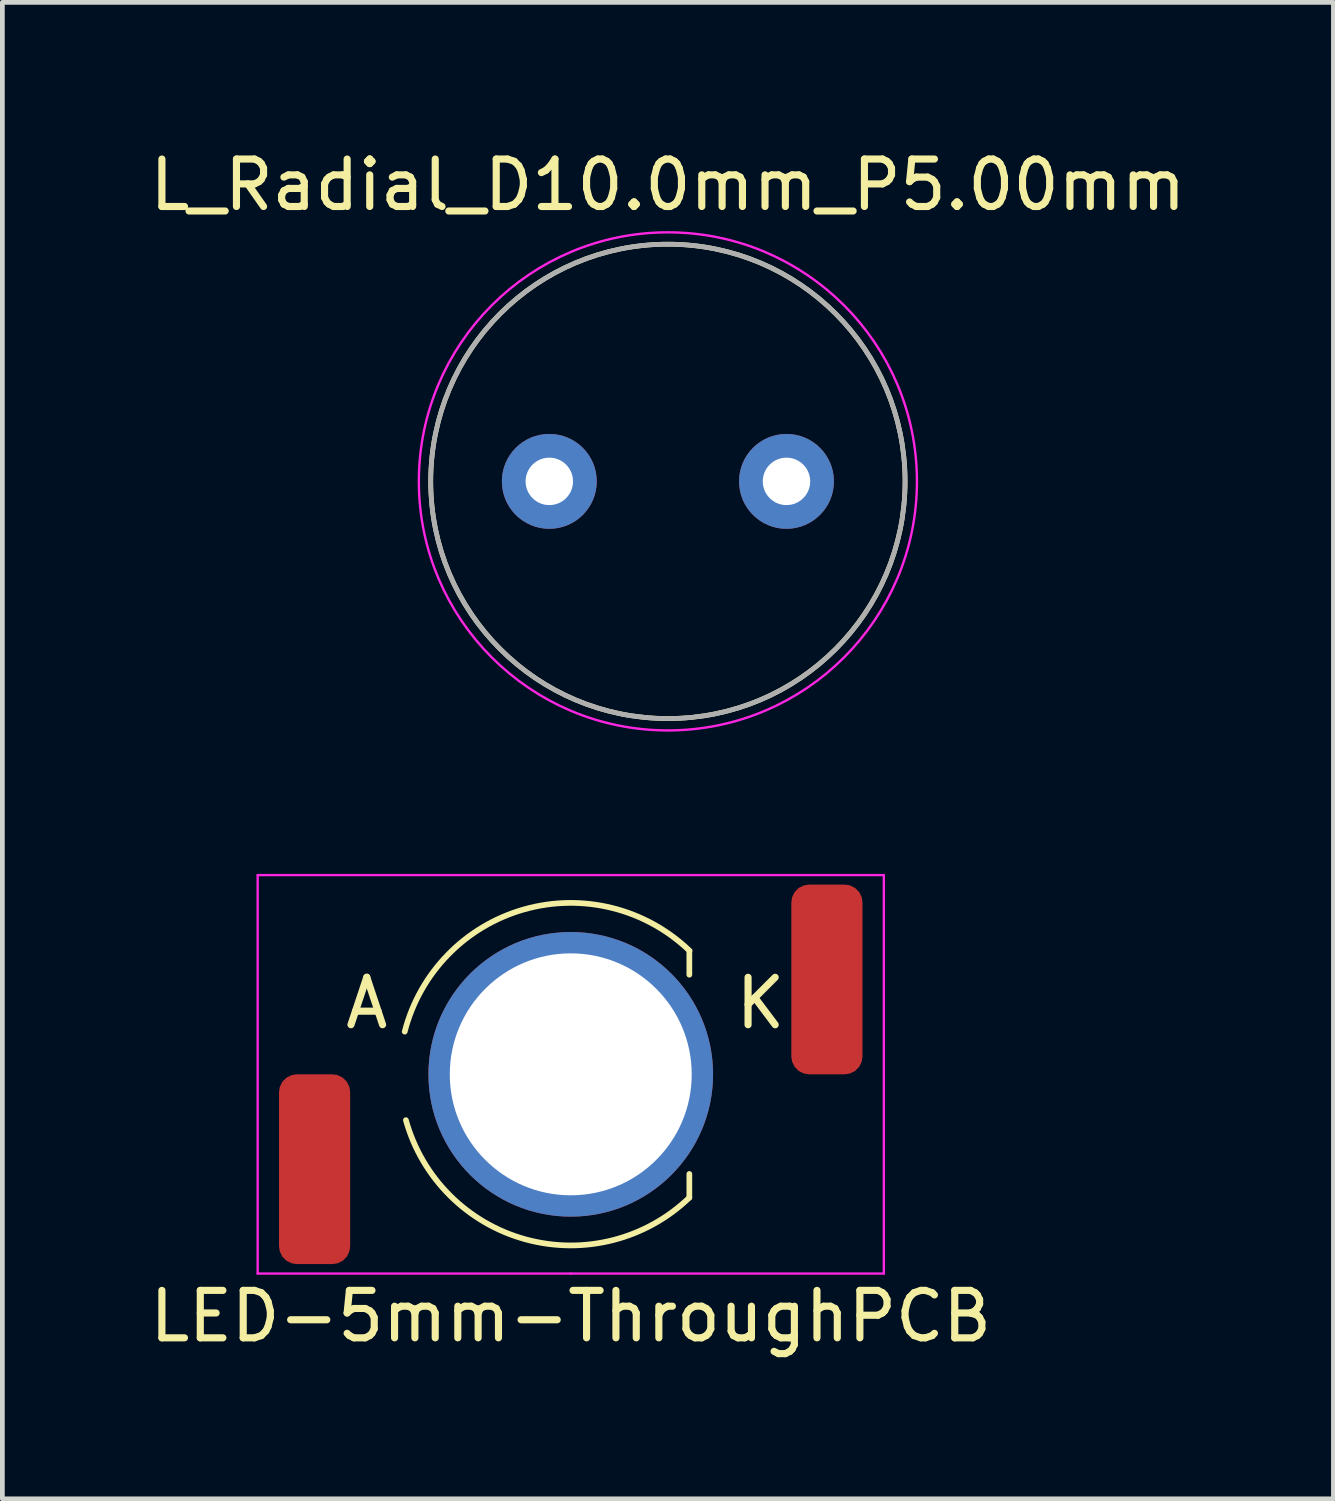
<source format=kicad_pcb>
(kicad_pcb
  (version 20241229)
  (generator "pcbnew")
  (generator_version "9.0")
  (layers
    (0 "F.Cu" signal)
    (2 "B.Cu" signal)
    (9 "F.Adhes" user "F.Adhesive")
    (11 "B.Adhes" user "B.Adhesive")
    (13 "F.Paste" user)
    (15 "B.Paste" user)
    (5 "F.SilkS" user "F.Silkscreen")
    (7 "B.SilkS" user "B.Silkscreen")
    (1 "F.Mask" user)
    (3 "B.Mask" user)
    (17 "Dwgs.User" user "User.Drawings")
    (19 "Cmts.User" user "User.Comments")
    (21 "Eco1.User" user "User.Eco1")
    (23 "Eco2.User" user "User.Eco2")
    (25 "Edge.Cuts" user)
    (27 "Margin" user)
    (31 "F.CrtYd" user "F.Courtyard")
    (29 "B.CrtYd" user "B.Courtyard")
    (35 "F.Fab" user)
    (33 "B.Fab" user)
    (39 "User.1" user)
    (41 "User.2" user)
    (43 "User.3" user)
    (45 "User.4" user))
  (footprint "LED-5mm-ThroughPCB"
    (layer "F.Cu")
    (at 8.982 19.598)
    (property "Reference" "LED-5mm-ThroughPCB" (at 0 5.1 0) (unlocked yes) (layer "F.SilkS") (effects (font (size 1 1) (thickness 0.15))))
    (attr smd)
    (fp_line (start 2.5 -2.1) (end 2.5 -2.6) (stroke (width 0.12) (type solid)) (layer "F.SilkS"))
    (fp_line (start 2.5 2.1) (end 2.5 2.6) (stroke (width 0.12) (type solid)) (layer "F.SilkS"))
    (fp_arc (start -3.5 -0.9) (mid -0.987094 -3.476441) (end 2.504799 -2.604991) (stroke (width 0.12) (type solid)) (layer "F.SilkS"))
    (fp_arc (start 2.499999 2.599999) (mid -0.951749 3.479104) (end -3.475348 0.965375) (stroke (width 0.12) (type solid)) (layer "F.SilkS"))
    (fp_line (start -6.6 -4.2) (end -6.6 4.2) (stroke (width 0.05) (type solid)) (layer "F.CrtYd"))
    (fp_line (start -6.6 4.2) (end 0 4.2) (stroke (width 0.05) (type solid)) (layer "F.CrtYd"))
    (fp_line (start 0 4.2) (end 6.6 4.2) (stroke (width 0.05) (type solid)) (layer "F.CrtYd"))
    (fp_line (start 6.6 -4.2) (end -6.6 -4.2) (stroke (width 0.05) (type solid)) (layer "F.CrtYd"))
    (fp_line (start 6.6 4.2) (end 6.6 -4.2) (stroke (width 0.05) (type solid)) (layer "F.CrtYd"))
    (fp_text user "K" (at 4 -1.5 0) (unlocked yes) (layer "F.SilkS") (effects (font (size 1 1) (thickness 0.15))))
    (fp_text user "A" (at -4.3 -1.501 0) (unlocked yes) (layer "F.SilkS") (effects (font (size 1 1) (thickness 0.15))))
    (pad "" np_thru_hole circle (at 0 0) (size 6 6) (drill 5.1) (layers "*.Cu" "*.Mask"))
    (pad "1" smd roundrect (at 5.4 -2 90) (size 4 1.5) (layers "F.Cu" "F.Mask" "F.Paste") (roundrect_rratio 0.25))
    (pad "2" smd roundrect (at -5.4 2 90) (size 4 1.5) (layers "F.Cu" "F.Mask" "F.Paste") (roundrect_rratio 0.25)))
  (footprint "L_Radial_D10.0mm_P5.00mm"
    (layer "F.Cu")
    (at 8.53 7.098)
    (property "Reference" "L_Radial_D10.0mm_P5.00mm" (at 2.5 -6.25 0) (layer "F.SilkS") (effects (font (size 1 1) (thickness 0.15))))
    (attr through_hole)
    (fp_circle (center 2.5 0) (end 2.5 5) (stroke (width 0.1) (type default)) (fill no) (layer "F.SilkS"))
    (fp_circle (center 2.5 0) (end 7.75 0) (stroke (width 0.05) (type solid)) (fill no) (layer "F.CrtYd"))
    (fp_circle (center 2.5 0) (end 7.5 0) (stroke (width 0.1) (type solid)) (fill no) (layer "F.Fab"))
    (pad "1" thru_hole circle (at 0 0) (size 2 2) (drill 1) (layers "*.Cu" "*.Mask"))
    (pad "2" thru_hole circle (at 5 0) (size 2 2) (drill 1) (layers "*.Cu" "*.Mask")))
  (gr_rect
    (start -3 -3)
    (end 25.06 28.547)
    (stroke (width 0.1) (type default))
    (fill no)
    (layer "Edge.Cuts")))
</source>
